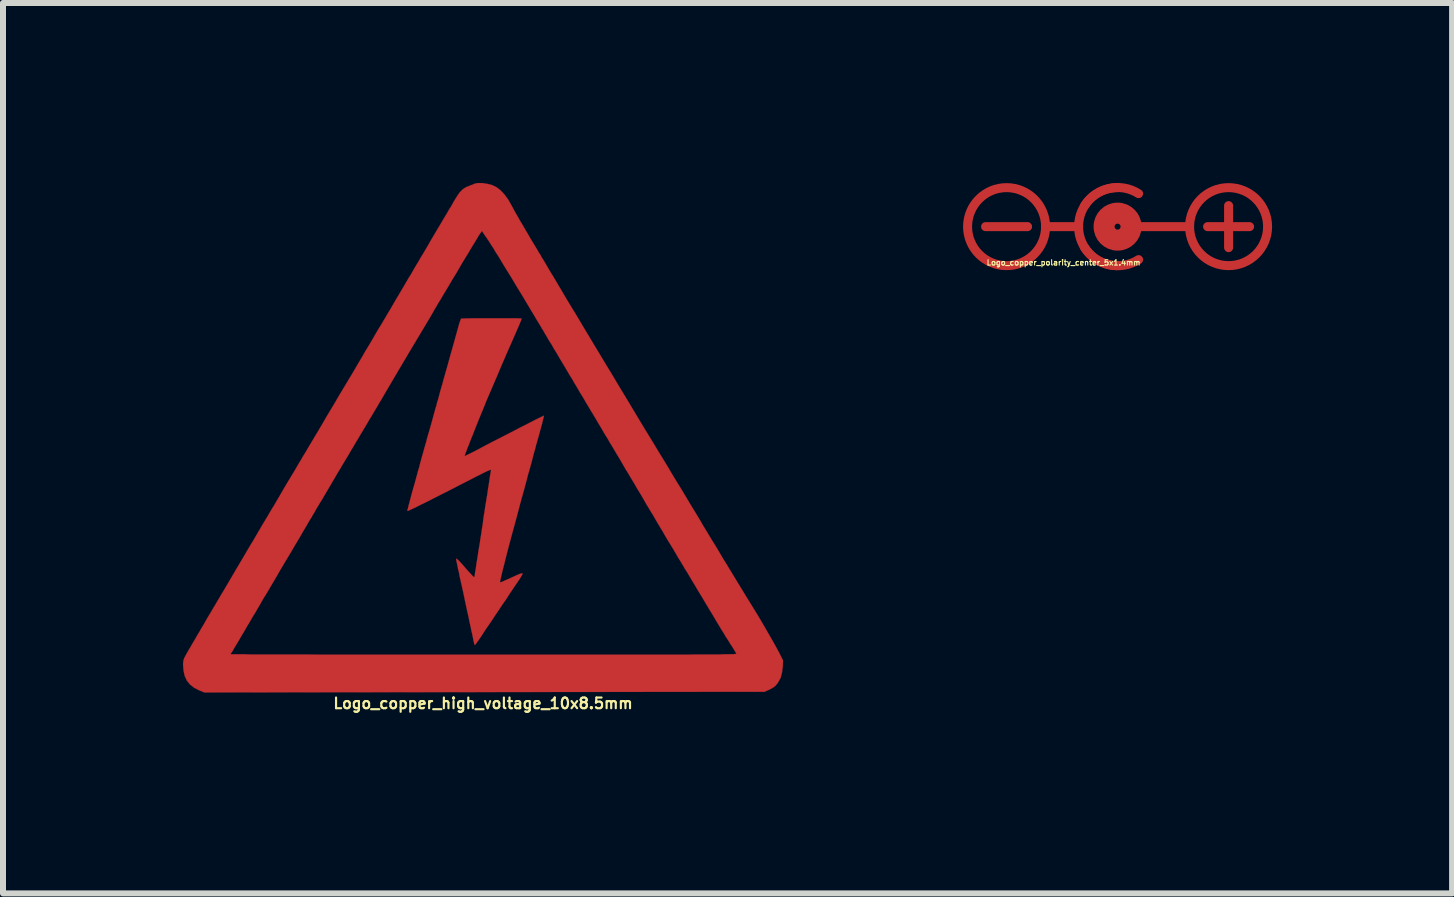
<source format=kicad_pcb>
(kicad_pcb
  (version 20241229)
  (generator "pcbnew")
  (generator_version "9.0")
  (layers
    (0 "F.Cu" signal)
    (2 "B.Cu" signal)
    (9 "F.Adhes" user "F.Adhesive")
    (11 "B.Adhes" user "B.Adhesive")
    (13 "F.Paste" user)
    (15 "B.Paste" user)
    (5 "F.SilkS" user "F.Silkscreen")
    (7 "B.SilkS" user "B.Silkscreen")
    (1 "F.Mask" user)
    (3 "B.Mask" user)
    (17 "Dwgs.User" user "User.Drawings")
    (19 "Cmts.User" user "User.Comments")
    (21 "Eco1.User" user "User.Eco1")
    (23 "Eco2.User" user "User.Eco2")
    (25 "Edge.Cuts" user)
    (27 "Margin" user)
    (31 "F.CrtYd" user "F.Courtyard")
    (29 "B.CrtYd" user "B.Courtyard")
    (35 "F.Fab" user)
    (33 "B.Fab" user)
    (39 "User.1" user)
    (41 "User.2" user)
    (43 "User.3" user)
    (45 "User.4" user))
  (footprint "Logo_copper_high_voltage_10x8.5mm"
    (layer "F.Cu")
    (at 5 4.235)
    (property "Reference" "Logo_copper_high_voltage_10x8.5mm" (at 0 4.437 0) (layer "F.SilkS") (effects (font (size 0.178 0.178) (thickness 0.036))))
    (attr exclude_from_pos_files exclude_from_bom)
    (fp_poly (pts (xy 1.016 -0.358) (xy 1.013 -0.348) (xy 1.008 -0.323) (xy 0.998 -0.284) (xy 0.986 -0.239) (xy 0.986 -0.229) (xy 0.968 -0.17) (xy 0.95 -0.102) (xy 0.93 -0.028) (xy 0.912 0.036) (xy 0.909 0.043) (xy 0.897 0.089) (xy 0.884 0.132) (xy 0.874 0.175) (xy 0.861 0.221) (xy 0.846 0.272) (xy 0.831 0.33) (xy 0.813 0.401) (xy 0.79 0.485) (xy 0.762 0.587) (xy 0.759 0.589) (xy 0.732 0.696) (xy 0.709 0.782) (xy 0.688 0.859) (xy 0.671 0.922) (xy 0.655 0.98) (xy 0.64 1.031) (xy 0.627 1.082) (xy 0.612 1.133) (xy 0.61 1.146) (xy 0.594 1.204) (xy 0.579 1.262) (xy 0.564 1.316) (xy 0.554 1.356) (xy 0.551 1.367) (xy 0.511 1.514) (xy 0.472 1.656) (xy 0.437 1.788) (xy 0.404 1.913) (xy 0.376 2.024) (xy 0.351 2.126) (xy 0.328 2.212) (xy 0.31 2.289) (xy 0.297 2.347) (xy 0.287 2.388) (xy 0.284 2.413) (xy 0.284 2.421) (xy 0.297 2.418) (xy 0.323 2.408) (xy 0.363 2.39) (xy 0.409 2.37) (xy 0.455 2.349) (xy 0.521 2.319) (xy 0.572 2.296) (xy 0.607 2.281) (xy 0.632 2.273) (xy 0.65 2.271) (xy 0.658 2.273) (xy 0.66 2.273) (xy 0.66 2.276) (xy 0.658 2.283) (xy 0.653 2.294) (xy 0.643 2.309) (xy 0.63 2.332) (xy 0.61 2.365) (xy 0.582 2.405) (xy 0.546 2.459) (xy 0.503 2.522) (xy 0.45 2.601) (xy 0.389 2.695) (xy 0.376 2.715) (xy 0.32 2.794) (xy 0.262 2.883) (xy 0.201 2.972) (xy 0.145 3.058) (xy 0.091 3.137) (xy 0.043 3.205) (xy 0.03 3.226) (xy -0.015 3.297) (xy -0.053 3.353) (xy -0.081 3.393) (xy -0.104 3.424) (xy -0.119 3.447) (xy -0.13 3.457) (xy -0.137 3.462) (xy -0.14 3.462) (xy -0.142 3.457) (xy -0.142 3.454) (xy -0.147 3.439) (xy -0.155 3.409) (xy -0.163 3.368) (xy -0.173 3.32) (xy -0.18 3.284) (xy -0.193 3.231) (xy -0.206 3.165) (xy -0.224 3.086) (xy -0.241 3) (xy -0.262 2.908) (xy -0.282 2.814) (xy -0.29 2.779) (xy -0.31 2.682) (xy -0.33 2.586) (xy -0.351 2.492) (xy -0.371 2.403) (xy -0.389 2.324) (xy -0.401 2.258) (xy -0.414 2.205) (xy -0.417 2.195) (xy -0.427 2.139) (xy -0.437 2.093) (xy -0.445 2.055) (xy -0.447 2.032) (xy -0.447 2.027) (xy -0.439 2.027) (xy -0.429 2.035) (xy -0.409 2.052) (xy -0.381 2.083) (xy -0.343 2.123) (xy -0.297 2.177) (xy -0.246 2.235) (xy -0.208 2.276) (xy -0.18 2.306) (xy -0.163 2.324) (xy -0.15 2.332) (xy -0.145 2.332) (xy -0.142 2.322) (xy -0.137 2.294) (xy -0.132 2.253) (xy -0.122 2.2) (xy -0.114 2.141) (xy -0.112 2.123) (xy -0.099 2.047) (xy -0.086 1.963) (xy -0.074 1.882) (xy -0.061 1.808) (xy -0.053 1.758) (xy -0.043 1.692) (xy -0.03 1.613) (xy -0.018 1.529) (xy -0.005 1.45) (xy 0 1.407) (xy 0.01 1.328) (xy 0.025 1.24) (xy 0.038 1.148) (xy 0.053 1.062) (xy 0.058 1.026) (xy 0.071 0.953) (xy 0.081 0.876) (xy 0.094 0.8) (xy 0.104 0.734) (xy 0.109 0.696) (xy 0.117 0.645) (xy 0.124 0.602) (xy 0.13 0.569) (xy 0.132 0.554) (xy 0.132 0.551) (xy 0.132 0.546) (xy 0.124 0.544) (xy 0.112 0.549) (xy 0.086 0.559) (xy 0.053 0.574) (xy 0.005 0.597) (xy -0.053 0.627) (xy -0.13 0.665) (xy -0.173 0.688) (xy -0.358 0.782) (xy -0.526 0.869) (xy -0.676 0.945) (xy -0.81 1.013) (xy -0.925 1.072) (xy -1.024 1.12) (xy -1.105 1.161) (xy -1.168 1.191) (xy -1.217 1.214) (xy -1.247 1.227) (xy -1.26 1.232) (xy -1.26 1.229) (xy -1.26 1.217) (xy -1.252 1.186) (xy -1.24 1.138) (xy -1.224 1.079) (xy -1.206 1.011) (xy -1.186 0.935) (xy -1.163 0.853) (xy -1.138 0.767) (xy -1.12 0.701) (xy -1.102 0.635) (xy -1.085 0.569) (xy -1.067 0.511) (xy -1.054 0.46) (xy -1.046 0.429) (xy -1.034 0.386) (xy -1.019 0.33) (xy -1.001 0.269) (xy -0.986 0.213) (xy -0.968 0.15) (xy -0.947 0.079) (xy -0.93 0.01) (xy -0.917 -0.033) (xy -0.902 -0.084) (xy -0.884 -0.147) (xy -0.864 -0.218) (xy -0.843 -0.292) (xy -0.831 -0.34) (xy -0.813 -0.404) (xy -0.795 -0.47) (xy -0.777 -0.528) (xy -0.765 -0.579) (xy -0.754 -0.61) (xy -0.747 -0.638) (xy -0.734 -0.683) (xy -0.719 -0.742) (xy -0.699 -0.813) (xy -0.676 -0.892) (xy -0.653 -0.978) (xy -0.627 -1.069) (xy -0.615 -1.11) (xy -0.587 -1.209) (xy -0.559 -1.311) (xy -0.531 -1.412) (xy -0.503 -1.509) (xy -0.478 -1.598) (xy -0.457 -1.676) (xy -0.439 -1.737) (xy -0.437 -1.748) (xy -0.419 -1.811) (xy -0.404 -1.867) (xy -0.389 -1.915) (xy -0.376 -1.951) (xy -0.368 -1.971) (xy -0.366 -1.974) (xy -0.353 -1.976) (xy -0.325 -1.976) (xy -0.279 -1.979) (xy -0.221 -1.979) (xy -0.152 -1.981) (xy -0.076 -1.981) (xy 0.003 -1.981) (xy 0.089 -1.981) (xy 0.175 -1.981) (xy 0.264 -1.981) (xy 0.345 -1.981) (xy 0.424 -1.981) (xy 0.493 -1.981) (xy 0.551 -1.981) (xy 0.597 -1.979) (xy 0.627 -1.979) (xy 0.643 -1.976) (xy 0.64 -1.966) (xy 0.632 -1.941) (xy 0.617 -1.905) (xy 0.602 -1.869) (xy 0.503 -1.641) (xy 0.404 -1.417) (xy 0.312 -1.204) (xy 0.224 -0.996) (xy 0.14 -0.8) (xy 0.061 -0.617) (xy -0.008 -0.445) (xy -0.074 -0.287) (xy -0.13 -0.145) (xy -0.18 -0.018) (xy -0.193 0.013) (xy -0.218 0.076) (xy -0.241 0.137) (xy -0.262 0.188) (xy -0.277 0.231) (xy -0.29 0.259) (xy -0.29 0.264) (xy -0.3 0.292) (xy -0.307 0.31) (xy -0.307 0.315) (xy -0.297 0.312) (xy -0.272 0.3) (xy -0.229 0.279) (xy -0.173 0.251) (xy -0.104 0.216) (xy -0.023 0.173) (xy 0.069 0.124) (xy 0.17 0.071) (xy 0.282 0.015) (xy 0.401 -0.046) (xy 0.424 -0.058) (xy 0.518 -0.107) (xy 0.61 -0.155) (xy 0.696 -0.198) (xy 0.775 -0.239) (xy 0.843 -0.274) (xy 0.904 -0.305) (xy 0.955 -0.33) (xy 0.991 -0.348) (xy 1.011 -0.356) (xy 1.016 -0.358)) (stroke (width 0.003) (type solid)) (fill yes) (layer "F.Cu"))
    (fp_poly (pts (xy 4.999 3.721) (xy 4.996 3.82) (xy 4.983 3.919) (xy 4.961 4.008) (xy 4.92 4.084) (xy 4.897 4.115) (xy 4.874 4.143) (xy 4.846 4.166) (xy 4.813 4.186) (xy 4.775 4.206) (xy 4.691 4.244) (xy 4.221 4.244) (xy 4.221 3.609) (xy 4.214 3.594) (xy 4.199 3.569) (xy 4.176 3.531) (xy 4.148 3.485) (xy 4.13 3.459) (xy 4.112 3.432) (xy 4.1 3.409) (xy 4.084 3.386) (xy 4.072 3.365) (xy 4.056 3.343) (xy 4.041 3.32) (xy 4.026 3.292) (xy 4.006 3.259) (xy 3.98 3.218) (xy 3.952 3.172) (xy 3.919 3.117) (xy 3.879 3.051) (xy 3.833 2.972) (xy 3.777 2.88) (xy 3.713 2.774) (xy 3.647 2.662) (xy 3.589 2.568) (xy 3.536 2.477) (xy 3.485 2.393) (xy 3.439 2.316) (xy 3.399 2.248) (xy 3.363 2.192) (xy 3.338 2.149) (xy 3.32 2.118) (xy 3.31 2.103) (xy 3.299 2.083) (xy 3.279 2.05) (xy 3.251 2.007) (xy 3.221 1.953) (xy 3.188 1.897) (xy 3.17 1.867) (xy 3.127 1.796) (xy 3.078 1.717) (xy 3.03 1.636) (xy 2.987 1.56) (xy 2.946 1.494) (xy 2.946 1.491) (xy 2.908 1.43) (xy 2.87 1.364) (xy 2.835 1.303) (xy 2.802 1.25) (xy 2.779 1.212) (xy 2.753 1.168) (xy 2.72 1.115) (xy 2.685 1.052) (xy 2.647 0.986) (xy 2.609 0.922) (xy 2.606 0.919) (xy 2.565 0.851) (xy 2.52 0.772) (xy 2.469 0.688) (xy 2.421 0.607) (xy 2.377 0.536) (xy 2.337 0.467) (xy 2.291 0.386) (xy 2.24 0.302) (xy 2.189 0.216) (xy 2.141 0.135) (xy 2.118 0.099) (xy 2.075 0.023) (xy 2.024 -0.058) (xy 1.974 -0.145) (xy 1.925 -0.226) (xy 1.882 -0.3) (xy 1.864 -0.33) (xy 1.829 -0.389) (xy 1.796 -0.442) (xy 1.768 -0.49) (xy 1.745 -0.528) (xy 1.73 -0.554) (xy 1.727 -0.559) (xy 1.714 -0.579) (xy 1.694 -0.615) (xy 1.669 -0.658) (xy 1.638 -0.709) (xy 1.615 -0.744) (xy 1.585 -0.798) (xy 1.557 -0.846) (xy 1.532 -0.886) (xy 1.514 -0.917) (xy 1.506 -0.93) (xy 1.496 -0.95) (xy 1.476 -0.983) (xy 1.448 -1.026) (xy 1.417 -1.079) (xy 1.384 -1.135) (xy 1.369 -1.161) (xy 1.326 -1.232) (xy 1.278 -1.313) (xy 1.227 -1.4) (xy 1.176 -1.483) (xy 1.133 -1.56) (xy 1.13 -1.562) (xy 1.092 -1.623) (xy 1.059 -1.681) (xy 1.026 -1.735) (xy 1.001 -1.781) (xy 0.98 -1.811) (xy 0.975 -1.821) (xy 0.958 -1.852) (xy 0.93 -1.897) (xy 0.894 -1.956) (xy 0.853 -2.027) (xy 0.805 -2.106) (xy 0.752 -2.195) (xy 0.696 -2.289) (xy 0.638 -2.385) (xy 0.577 -2.484) (xy 0.518 -2.583) (xy 0.46 -2.68) (xy 0.401 -2.774) (xy 0.348 -2.86) (xy 0.3 -2.941) (xy 0.257 -3.012) (xy 0.218 -3.073) (xy 0.213 -3.078) (xy 0.175 -3.145) (xy 0.135 -3.205) (xy 0.097 -3.266) (xy 0.061 -3.32) (xy 0.028 -3.365) (xy 0.005 -3.401) (xy -0.01 -3.426) (xy -0.02 -3.434) (xy -0.025 -3.426) (xy -0.043 -3.401) (xy -0.069 -3.363) (xy -0.102 -3.307) (xy -0.142 -3.241) (xy -0.191 -3.162) (xy -0.244 -3.071) (xy -0.305 -2.972) (xy -0.371 -2.863) (xy -0.439 -2.743) (xy -0.516 -2.619) (xy -0.592 -2.489) (xy -0.673 -2.355) (xy -0.714 -2.283) (xy -0.729 -2.261) (xy -0.752 -2.223) (xy -0.78 -2.174) (xy -0.815 -2.116) (xy -0.851 -2.052) (xy -0.889 -1.986) (xy -1.059 -1.702) (xy -1.222 -1.43) (xy -1.377 -1.168) (xy -1.527 -0.914) (xy -1.671 -0.668) (xy -1.816 -0.422) (xy -1.857 -0.353) (xy -1.895 -0.292) (xy -1.93 -0.231) (xy -1.963 -0.175) (xy -1.991 -0.13) (xy -2.012 -0.094) (xy -2.017 -0.084) (xy -2.035 -0.056) (xy -2.06 -0.013) (xy -2.09 0.038) (xy -2.126 0.097) (xy -2.164 0.163) (xy -2.192 0.208) (xy -2.23 0.274) (xy -2.268 0.338) (xy -2.304 0.396) (xy -2.334 0.447) (xy -2.357 0.485) (xy -2.367 0.505) (xy -2.39 0.541) (xy -2.418 0.587) (xy -2.449 0.64) (xy -2.479 0.693) (xy -2.484 0.701) (xy -2.532 0.782) (xy -2.581 0.866) (xy -2.629 0.947) (xy -2.675 1.026) (xy -2.718 1.095) (xy -2.751 1.151) (xy -2.764 1.171) (xy -2.789 1.214) (xy -2.814 1.26) (xy -2.837 1.298) (xy -2.84 1.3) (xy -2.852 1.326) (xy -2.878 1.367) (xy -2.911 1.422) (xy -2.954 1.496) (xy -3.005 1.582) (xy -3.063 1.684) (xy -3.132 1.798) (xy -3.205 1.923) (xy -3.289 2.062) (xy -3.378 2.212) (xy -3.381 2.217) (xy -3.426 2.296) (xy -3.475 2.38) (xy -3.526 2.466) (xy -3.574 2.548) (xy -3.617 2.621) (xy -3.645 2.664) (xy -3.683 2.728) (xy -3.721 2.797) (xy -3.759 2.86) (xy -3.792 2.918) (xy -3.82 2.964) (xy -3.825 2.969) (xy -3.853 3.018) (xy -3.881 3.066) (xy -3.904 3.106) (xy -3.922 3.134) (xy -3.962 3.205) (xy -4.003 3.274) (xy -4.044 3.343) (xy -4.082 3.409) (xy -4.117 3.467) (xy -4.148 3.518) (xy -4.171 3.559) (xy -4.188 3.586) (xy -4.196 3.599) (xy -4.199 3.599) (xy -4.206 3.614) (xy -4.206 3.617) (xy -4.196 3.617) (xy -4.168 3.619) (xy -4.12 3.619) (xy -4.054 3.619) (xy -3.97 3.619) (xy -3.868 3.622) (xy -3.754 3.622) (xy -3.622 3.622) (xy -3.475 3.622) (xy -3.315 3.622) (xy -3.139 3.622) (xy -2.951 3.622) (xy -2.753 3.625) (xy -2.543 3.625) (xy -2.319 3.625) (xy -2.088 3.625) (xy -1.847 3.625) (xy -1.595 3.625) (xy -1.336 3.625) (xy -1.072 3.625) (xy -0.798 3.625) (xy -0.518 3.625) (xy -0.231 3.625) (xy 0.01 3.625) (xy 0.358 3.625) (xy 0.686 3.625) (xy 0.993 3.625) (xy 1.283 3.625) (xy 1.557 3.625) (xy 1.811 3.625) (xy 2.05 3.625) (xy 2.273 3.625) (xy 2.482 3.625) (xy 2.672 3.625) (xy 2.85 3.625) (xy 3.012 3.625) (xy 3.165 3.625) (xy 3.302 3.625) (xy 3.426 3.625) (xy 3.541 3.622) (xy 3.642 3.622) (xy 3.734 3.622) (xy 3.815 3.622) (xy 3.889 3.622) (xy 3.952 3.622) (xy 4.008 3.619) (xy 4.054 3.619) (xy 4.094 3.619) (xy 4.128 3.617) (xy 4.155 3.617) (xy 4.178 3.617) (xy 4.194 3.614) (xy 4.206 3.614) (xy 4.214 3.612) (xy 4.219 3.612) (xy 4.221 3.609) (xy 4.221 4.244) (xy 0.023 4.249) (xy -4.643 4.255) (xy -4.732 4.219) (xy -4.816 4.176) (xy -4.884 4.122) (xy -4.935 4.059) (xy -4.971 3.983) (xy -4.991 3.894) (xy -4.999 3.8) (xy -4.999 3.772) (xy -4.996 3.749) (xy -4.994 3.729) (xy -4.989 3.706) (xy -4.978 3.68) (xy -4.963 3.65) (xy -4.94 3.609) (xy -4.912 3.559) (xy -4.874 3.495) (xy -4.854 3.459) (xy -4.821 3.404) (xy -4.788 3.348) (xy -4.76 3.299) (xy -4.737 3.261) (xy -4.722 3.236) (xy -4.704 3.203) (xy -4.676 3.157) (xy -4.643 3.101) (xy -4.608 3.038) (xy -4.567 2.969) (xy -4.526 2.901) (xy -4.488 2.835) (xy -4.481 2.824) (xy -4.458 2.786) (xy -4.43 2.738) (xy -4.397 2.682) (xy -4.361 2.621) (xy -4.326 2.563) (xy -4.285 2.494) (xy -4.239 2.416) (xy -4.191 2.334) (xy -4.145 2.256) (xy -4.117 2.207) (xy -4.079 2.144) (xy -4.039 2.075) (xy -3.998 2.007) (xy -3.962 1.946) (xy -3.937 1.902) (xy -3.907 1.852) (xy -3.871 1.791) (xy -3.83 1.725) (xy -3.79 1.656) (xy -3.754 1.593) (xy -3.716 1.529) (xy -3.678 1.463) (xy -3.64 1.4) (xy -3.607 1.346) (xy -3.581 1.303) (xy -3.581 1.3) (xy -3.566 1.278) (xy -3.551 1.25) (xy -3.531 1.217) (xy -3.51 1.181) (xy -3.482 1.138) (xy -3.452 1.085) (xy -3.416 1.024) (xy -3.376 0.955) (xy -3.327 0.871) (xy -3.272 0.777) (xy -3.208 0.671) (xy -3.134 0.549) (xy -3.053 0.409) (xy -3.048 0.404) (xy -3.005 0.328) (xy -2.959 0.254) (xy -2.916 0.18) (xy -2.878 0.117) (xy -2.845 0.061) (xy -2.819 0.018) (xy -2.809 0) (xy -2.789 -0.033) (xy -2.761 -0.079) (xy -2.725 -0.14) (xy -2.685 -0.208) (xy -2.642 -0.282) (xy -2.596 -0.361) (xy -2.555 -0.429) (xy -2.471 -0.569) (xy -2.393 -0.704) (xy -2.316 -0.831) (xy -2.245 -0.95) (xy -2.179 -1.059) (xy -2.121 -1.158) (xy -2.07 -1.245) (xy -2.029 -1.313) (xy -2.007 -1.351) (xy -1.989 -1.384) (xy -1.961 -1.433) (xy -1.925 -1.491) (xy -1.882 -1.562) (xy -1.836 -1.641) (xy -1.788 -1.725) (xy -1.737 -1.811) (xy -1.699 -1.872) (xy -1.646 -1.961) (xy -1.593 -2.052) (xy -1.539 -2.141) (xy -1.491 -2.225) (xy -1.445 -2.304) (xy -1.405 -2.37) (xy -1.374 -2.423) (xy -1.359 -2.449) (xy -1.321 -2.512) (xy -1.28 -2.583) (xy -1.24 -2.652) (xy -1.201 -2.713) (xy -1.181 -2.748) (xy -1.151 -2.802) (xy -1.113 -2.865) (xy -1.072 -2.934) (xy -1.031 -3.005) (xy -1.001 -3.053) (xy -0.927 -3.178) (xy -0.864 -3.289) (xy -0.805 -3.388) (xy -0.754 -3.475) (xy -0.711 -3.546) (xy -0.678 -3.602) (xy -0.655 -3.642) (xy -0.64 -3.665) (xy -0.625 -3.691) (xy -0.602 -3.729) (xy -0.577 -3.774) (xy -0.546 -3.825) (xy -0.538 -3.835) (xy -0.493 -3.917) (xy -0.455 -3.98) (xy -0.422 -4.031) (xy -0.394 -4.072) (xy -0.366 -4.102) (xy -0.34 -4.128) (xy -0.312 -4.148) (xy -0.282 -4.166) (xy -0.244 -4.181) (xy -0.201 -4.199) (xy -0.193 -4.201) (xy -0.15 -4.219) (xy -0.119 -4.229) (xy -0.089 -4.234) (xy -0.058 -4.234) (xy -0.013 -4.234) (xy 0.071 -4.221) (xy 0.15 -4.201) (xy 0.224 -4.166) (xy 0.29 -4.115) (xy 0.353 -4.049) (xy 0.414 -3.967) (xy 0.472 -3.866) (xy 0.505 -3.805) (xy 0.518 -3.78) (xy 0.541 -3.739) (xy 0.572 -3.686) (xy 0.607 -3.622) (xy 0.65 -3.551) (xy 0.696 -3.472) (xy 0.744 -3.391) (xy 0.792 -3.307) (xy 0.843 -3.223) (xy 0.892 -3.142) (xy 0.935 -3.068) (xy 0.953 -3.043) (xy 0.975 -3) (xy 1.008 -2.949) (xy 1.044 -2.888) (xy 1.082 -2.822) (xy 1.123 -2.753) (xy 1.125 -2.748) (xy 1.179 -2.662) (xy 1.24 -2.558) (xy 1.311 -2.438) (xy 1.389 -2.306) (xy 1.478 -2.159) (xy 1.575 -1.999) (xy 1.676 -1.829) (xy 1.786 -1.646) (xy 1.902 -1.453) (xy 2.024 -1.25) (xy 2.151 -1.041) (xy 2.281 -0.823) (xy 2.418 -0.597) (xy 2.555 -0.368) (xy 2.697 -0.132) (xy 2.842 0.104) (xy 2.878 0.165) (xy 2.941 0.269) (xy 3.01 0.381) (xy 3.084 0.503) (xy 3.157 0.627) (xy 3.233 0.752) (xy 3.31 0.876) (xy 3.383 0.998) (xy 3.452 1.115) (xy 3.518 1.222) (xy 3.576 1.318) (xy 3.627 1.402) (xy 3.655 1.453) (xy 3.741 1.595) (xy 3.818 1.722) (xy 3.889 1.836) (xy 3.952 1.943) (xy 4.011 2.042) (xy 4.069 2.136) (xy 4.125 2.228) (xy 4.181 2.319) (xy 4.239 2.416) (xy 4.293 2.504) (xy 4.394 2.67) (xy 4.486 2.819) (xy 4.569 2.954) (xy 4.643 3.078) (xy 4.707 3.188) (xy 4.765 3.289) (xy 4.818 3.381) (xy 4.864 3.462) (xy 4.905 3.538) (xy 4.938 3.599) (xy 4.999 3.721)) (stroke (width 0.003) (type solid)) (fill yes) (layer "F.Cu")))
  (footprint "Logo_copper_polarity_center_5x1.4mm"
    (layer "F.Cu")
    (at 15.575 0.727)
    (property "Reference" "Logo_copper_polarity_center_5x1.4mm" (at -0.9 0.6 0) (layer "F.SilkS") (effects (font (size 0.089 0.089) (thickness 0.018))))
    (attr exclude_from_pos_files exclude_from_bom)
    (fp_line (start -2.2 0) (end -1.5 0) (stroke (width 0.15) (type solid)) (layer "F.Cu"))
    (fp_line (start -0.65 0) (end -1.2 0) (stroke (width 0.15) (type solid)) (layer "F.Cu"))
    (fp_line (start 1.2 0) (end 0.3 0) (stroke (width 0.15) (type solid)) (layer "F.Cu"))
    (fp_line (start 1.5 0) (end 2.2 0) (stroke (width 0.15) (type solid)) (layer "F.Cu"))
    (fp_line (start 1.85 0.35) (end 1.85 -0.35) (stroke (width 0.15) (type solid)) (layer "F.Cu"))
    (fp_arc (start -0.65 0) (mid -0.459619 -0.459619) (end 0 -0.65) (stroke (width 0.15) (type solid)) (layer "F.Cu"))
    (fp_arc (start -0.55 -0.35) (mid -0.141421 -0.636396) (end 0.35 -0.55) (stroke (width 0.15) (type solid)) (layer "F.Cu"))
    (fp_arc (start 0 0.65) (mid -0.459619 0.459619) (end -0.65 0) (stroke (width 0.15) (type solid)) (layer "F.Cu"))
    (fp_arc (start 0.35 0.55) (mid -0.141421 0.636396) (end -0.55 0.35) (stroke (width 0.15) (type solid)) (layer "F.Cu"))
    (fp_circle (center -1.85 0) (end -1.2 0) (stroke (width 0.15) (type solid)) (fill no) (layer "F.Cu"))
    (fp_circle (center 0 0) (end -0.2 0) (stroke (width 0.3) (type solid)) (fill no) (layer "F.Cu"))
    (fp_circle (center 0 0) (end -0.1 0) (stroke (width 0.3) (type solid)) (fill no) (layer "F.Cu"))
    (fp_circle (center 1.85 0) (end 2.5 0) (stroke (width 0.15) (type solid)) (fill no) (layer "F.Cu")))
  (gr_rect
    (start -3 -3)
    (end 21.15 11.839)
    (stroke (width 0.1) (type default))
    (fill no)
    (layer "Edge.Cuts")))
</source>
